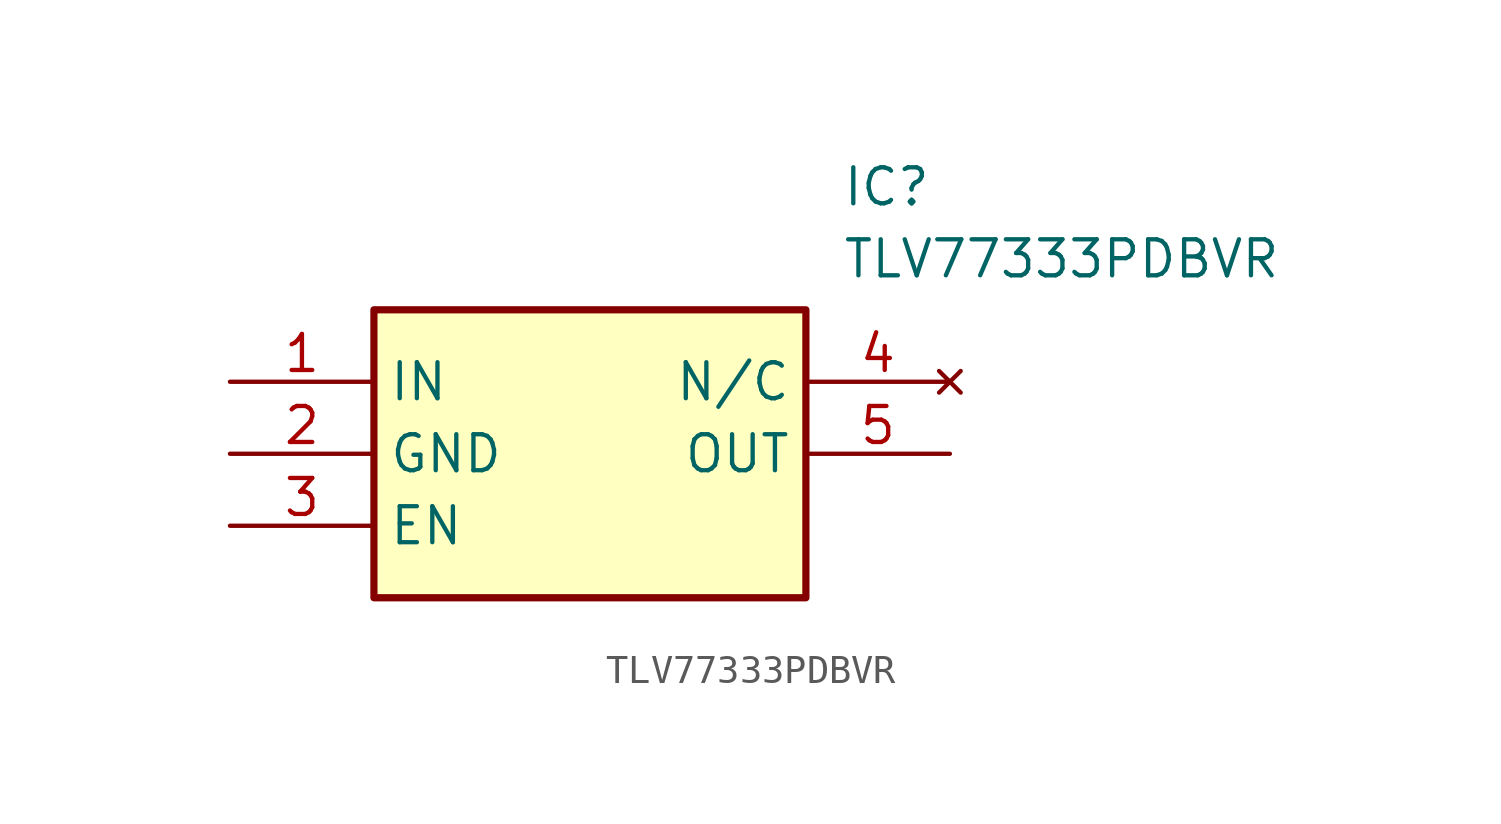
<source format=kicad_sym>
(kicad_symbol_lib
  (version 20211014)
  (generator SamacSys_ECAD_Model)
  (symbol "TLV77333PDBVR"
    (property "Reference" "IC"
      (at 21.59 7.62 0)
      (effects (font (size 1.27 1.27)) (justify left top)))
    (property "Value" "TLV77333PDBVR"
      (at 21.59 5.08 0)
      (effects (font (size 1.27 1.27)) (justify left top)))
    (rectangle
      (start 5.08 2.54)
      (end 20.32 -7.62)
      (stroke (width 0.254) (type default))
      (fill (type background)))
    (pin passive line
      (at 0 0 0)
      (length 5.08)
      (name "IN" (effects (font (size 1.27 1.27))))
      (number "1" (effects (font (size 1.27 1.27)))))
    (pin passive line
      (at 0 -2.54 0)
      (length 5.08)
      (name "GND" (effects (font (size 1.27 1.27))))
      (number "2" (effects (font (size 1.27 1.27)))))
    (pin passive line
      (at 0 -5.08 0)
      (length 5.08)
      (name "EN" (effects (font (size 1.27 1.27))))
      (number "3" (effects (font (size 1.27 1.27)))))
    (pin no_connect line
      (at 25.4 0 180)
      (length 5.08)
      (name "N/C" (effects (font (size 1.27 1.27))))
      (number "4" (effects (font (size 1.27 1.27)))))
    (pin passive line
      (at 25.4 -2.54 180)
      (length 5.08)
      (name "OUT" (effects (font (size 1.27 1.27))))
      (number "5" (effects (font (size 1.27 1.27)))))))
</source>
